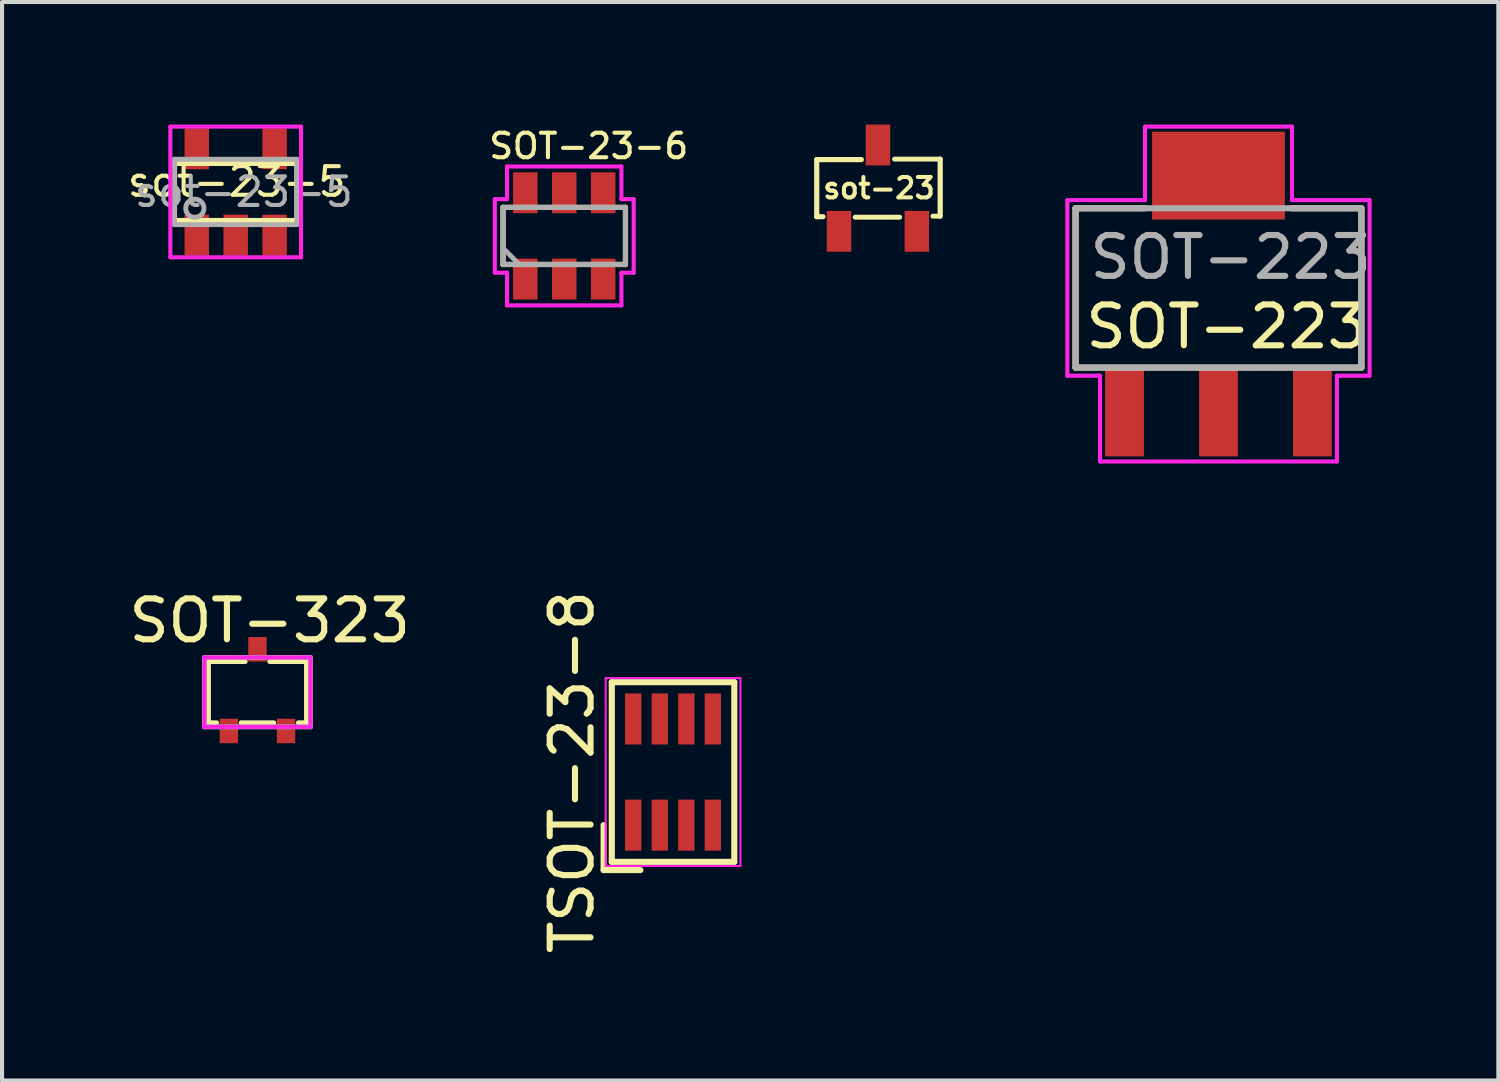
<source format=kicad_pcb>
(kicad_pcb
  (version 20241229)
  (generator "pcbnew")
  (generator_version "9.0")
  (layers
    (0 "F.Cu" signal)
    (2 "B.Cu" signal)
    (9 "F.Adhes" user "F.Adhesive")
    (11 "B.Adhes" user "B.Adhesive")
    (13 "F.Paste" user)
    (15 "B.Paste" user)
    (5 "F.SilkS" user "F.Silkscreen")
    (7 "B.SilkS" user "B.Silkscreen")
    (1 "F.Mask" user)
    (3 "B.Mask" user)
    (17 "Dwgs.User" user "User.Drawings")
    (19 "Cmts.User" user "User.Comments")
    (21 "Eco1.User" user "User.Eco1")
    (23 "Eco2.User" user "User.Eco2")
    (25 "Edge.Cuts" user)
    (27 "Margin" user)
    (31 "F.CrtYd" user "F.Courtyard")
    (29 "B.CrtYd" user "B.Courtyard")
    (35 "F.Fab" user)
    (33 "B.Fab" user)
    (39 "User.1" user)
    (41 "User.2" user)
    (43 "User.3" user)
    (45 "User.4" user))
  (footprint "TSOT-23-8"
    (layer "F.Cu")
    (at 13.43 15.854)
    (property "Reference" "TSOT-23-8" (at -2.475 0 90) (layer "F.SilkS") (effects (font (size 1 1) (thickness 0.15))))
    (attr smd)
    (fp_line (start -1.7 1.3) (end -1.7 2.4) (stroke (width 0.15) (type solid)) (layer "F.SilkS"))
    (fp_line (start -1.7 2.4) (end -0.8 2.4) (stroke (width 0.15) (type solid)) (layer "F.SilkS"))
    (fp_line (start -1.5 -2.2) (end 1.5 -2.2) (stroke (width 0.15) (type solid)) (layer "F.SilkS"))
    (fp_line (start -1.5 2.2) (end -1.5 -2.2) (stroke (width 0.15) (type solid)) (layer "F.SilkS"))
    (fp_line (start -0.7 2.2) (end -1.5 2.2) (stroke (width 0.15) (type solid)) (layer "F.SilkS"))
    (fp_line (start 1.5 -2.2) (end 1.5 2.2) (stroke (width 0.15) (type solid)) (layer "F.SilkS"))
    (fp_line (start 1.5 2.2) (end -0.7 2.2) (stroke (width 0.15) (type solid)) (layer "F.SilkS"))
    (fp_line (start -1.65 -2.3) (end 1.65 -2.3) (stroke (width 0.05) (type solid)) (layer "F.CrtYd"))
    (fp_line (start -1.65 2.3) (end -1.65 -2.3) (stroke (width 0.05) (type solid)) (layer "F.CrtYd"))
    (fp_line (start 1.65 -2.3) (end 1.65 2.3) (stroke (width 0.05) (type solid)) (layer "F.CrtYd"))
    (fp_line (start 1.65 2.3) (end -1.65 2.3) (stroke (width 0.05) (type solid)) (layer "F.CrtYd"))
    (pad "1" smd rect (at -0.975 1.3) (size 0.4 1.25) (layers "F.Cu" "F.Mask" "F.Paste"))
    (pad "2" smd rect (at -0.325 1.3) (size 0.4 1.25) (layers "F.Cu" "F.Mask" "F.Paste"))
    (pad "3" smd rect (at 0.325 1.3) (size 0.4 1.25) (layers "F.Cu" "F.Mask" "F.Paste"))
    (pad "4" smd rect (at 0.975 1.3) (size 0.4 1.25) (layers "F.Cu" "F.Mask" "F.Paste"))
    (pad "5" smd rect (at 0.975 -1.3) (size 0.4 1.25) (layers "F.Cu" "F.Mask" "F.Paste"))
    (pad "6" smd rect (at 0.325 -1.3) (size 0.4 1.25) (layers "F.Cu" "F.Mask" "F.Paste"))
    (pad "7" smd rect (at -0.325 -1.3) (size 0.4 1.25) (layers "F.Cu" "F.Mask" "F.Paste"))
    (pad "8" smd rect (at -0.975 -1.3) (size 0.4 1.25) (layers "F.Cu" "F.Mask" "F.Paste")))
  (footprint "SOT-23-6"
    (layer "F.Cu")
    (at 10.766 2.727)
    (property "Reference" "SOT-23-6" (at 0.025 -0.25 0) (layer "Eco1.User") (effects (font (size 0.5 0.5) (thickness 0.099))))
    (attr through_hole)
    (fp_line (start -1.499 -0.699) (end 1.499 -0.699) (stroke (width 0.127) (type solid)) (layer "F.SilkS"))
    (fp_line (start -1.499 0.699) (end -1.499 -0.699) (stroke (width 0.127) (type solid)) (layer "F.SilkS"))
    (fp_line (start 1.499 -0.699) (end 1.499 0.699) (stroke (width 0.127) (type solid)) (layer "F.SilkS"))
    (fp_line (start 1.499 0.699) (end -1.499 0.699) (stroke (width 0.127) (type solid)) (layer "F.SilkS"))
    (fp_line (start -1.7 -0.9) (end -1.7 0.9) (stroke (width 0.1) (type solid)) (layer "F.CrtYd"))
    (fp_line (start -1.7 0.9) (end -1.4 0.9) (stroke (width 0.1) (type solid)) (layer "F.CrtYd"))
    (fp_line (start -1.4 -1.7) (end -1.4 -0.9) (stroke (width 0.1) (type solid)) (layer "F.CrtYd"))
    (fp_line (start -1.4 -0.9) (end -1.7 -0.9) (stroke (width 0.1) (type solid)) (layer "F.CrtYd"))
    (fp_line (start -1.4 0.9) (end -1.4 1.7) (stroke (width 0.1) (type solid)) (layer "F.CrtYd"))
    (fp_line (start -1.4 1.7) (end 1.4 1.7) (stroke (width 0.1) (type solid)) (layer "F.CrtYd"))
    (fp_line (start 1.4 -1.7) (end -1.4 -1.7) (stroke (width 0.1) (type solid)) (layer "F.CrtYd"))
    (fp_line (start 1.4 -0.9) (end 1.4 -1.7) (stroke (width 0.1) (type solid)) (layer "F.CrtYd"))
    (fp_line (start 1.4 0.9) (end 1.7 0.9) (stroke (width 0.1) (type solid)) (layer "F.CrtYd"))
    (fp_line (start 1.4 1.7) (end 1.4 0.9) (stroke (width 0.1) (type solid)) (layer "F.CrtYd"))
    (fp_line (start 1.7 -0.9) (end 1.4 -0.9) (stroke (width 0.1) (type solid)) (layer "F.CrtYd"))
    (fp_line (start 1.7 0.9) (end 1.7 -0.9) (stroke (width 0.1) (type solid)) (layer "F.CrtYd"))
    (fp_line (start -1.5 0.3) (end -1.1 0.7) (stroke (width 0.12) (type solid)) (layer "F.Fab"))
    (fp_line (start -1.499 -0.699) (end 1.499 -0.699) (stroke (width 0.127) (type solid)) (layer "F.Fab"))
    (fp_line (start -1.499 0.699) (end -1.499 -0.699) (stroke (width 0.127) (type solid)) (layer "F.Fab"))
    (fp_line (start 1.499 -0.699) (end 1.499 0.699) (stroke (width 0.127) (type solid)) (layer "F.Fab"))
    (fp_line (start 1.499 0.699) (end -1.499 0.699) (stroke (width 0.127) (type solid)) (layer "F.Fab"))
    (fp_text user "${REFERENCE}" (at 0.6 -2.2 0) (layer "F.SilkS") (effects (font (size 0.6 0.6) (thickness 0.1))))
    (pad "1" smd rect (at -0.953 1.057) (size 0.599 1.001) (layers "F.Cu" "F.Mask" "F.Paste"))
    (pad "2" smd rect (at 0 1.057) (size 0.599 1.001) (layers "F.Cu" "F.Mask" "F.Paste"))
    (pad "3" smd rect (at 0.953 1.057) (size 0.599 1.001) (layers "F.Cu" "F.Mask" "F.Paste"))
    (pad "4" smd rect (at 0.953 -1.057) (size 0.599 1.001) (layers "F.Cu" "F.Mask" "F.Paste"))
    (pad "5" smd rect (at 0 -1.057) (size 0.599 1.001) (layers "F.Cu" "F.Mask" "F.Paste"))
    (pad "6" smd rect (at -0.953 -1.057) (size 0.599 1.001) (layers "F.Cu" "F.Mask" "F.Paste")))
  (footprint "sot-23-5"
    (layer "F.Cu")
    (at 2.721 1.65)
    (property "Reference" "sot-23-5" (at 0.025 -0.25 0) (layer "F.SilkS") (effects (font (size 0.7 0.7) (thickness 0.1))))
    (attr smd)
    (fp_line (start -1.499 -0.699) (end 1.499 -0.699) (stroke (width 0.127) (type solid)) (layer "F.SilkS"))
    (fp_line (start -1.499 0.699) (end -1.499 -0.699) (stroke (width 0.127) (type solid)) (layer "F.SilkS"))
    (fp_line (start 1.499 -0.699) (end 1.499 0.699) (stroke (width 0.127) (type solid)) (layer "F.SilkS"))
    (fp_line (start 1.499 0.699) (end -1.499 0.699) (stroke (width 0.127) (type solid)) (layer "F.SilkS"))
    (fp_line (start -1.6 -1.6) (end 1.6 -1.6) (stroke (width 0.1) (type solid)) (layer "F.CrtYd"))
    (fp_line (start -1.6 1.6) (end -1.6 -1.6) (stroke (width 0.1) (type solid)) (layer "F.CrtYd"))
    (fp_line (start 1.6 -1.6) (end 1.6 1.6) (stroke (width 0.1) (type solid)) (layer "F.CrtYd"))
    (fp_line (start 1.6 1.6) (end -1.6 1.6) (stroke (width 0.1) (type solid)) (layer "F.CrtYd"))
    (fp_line (start -1.5 -0.8) (end 1.5 -0.8) (stroke (width 0.12) (type solid)) (layer "F.Fab"))
    (fp_line (start -1.5 0.8) (end -1.5 -0.8) (stroke (width 0.12) (type solid)) (layer "F.Fab"))
    (fp_line (start 1.5 -0.8) (end 1.5 0.8) (stroke (width 0.12) (type solid)) (layer "F.Fab"))
    (fp_line (start 1.5 0.8) (end -1.5 0.8) (stroke (width 0.12) (type solid)) (layer "F.Fab"))
    (fp_circle (center -1 0.4) (end -0.9 0.2) (stroke (width 0.12) (type solid)) (fill no) (layer "F.Fab"))
    (fp_text user "${REFERENCE}" (at 0.2 0 0) (layer "F.Fab") (effects (font (size 0.7 0.7) (thickness 0.1))))
    (pad "1" smd rect (at -0.953 1.057) (size 0.599 1.001) (layers "F.Cu" "F.Mask" "F.Paste"))
    (pad "2" smd rect (at 0 1.057) (size 0.599 1.001) (layers "F.Cu" "F.Mask" "F.Paste"))
    (pad "3" smd rect (at 0.953 1.057) (size 0.599 1.001) (layers "F.Cu" "F.Mask" "F.Paste"))
    (pad "4" smd rect (at 0.953 -1.057) (size 0.599 1.001) (layers "F.Cu" "F.Mask" "F.Paste"))
    (pad "5" smd rect (at -0.953 -1.057) (size 0.599 1.001) (layers "F.Cu" "F.Mask" "F.Paste")))
  (footprint "SOT-223"
    (layer "F.Cu")
    (at 26.785 7.05)
    (property "Reference" "SOT-223" (at 0.2 -2.1 0) (layer "F.SilkS") (effects (font (size 1 1) (thickness 0.15))))
    (attr through_hole)
    (fp_line (start -3.5 -5) (end -3.5 -1.1) (stroke (width 0.15) (type solid)) (layer "F.SilkS"))
    (fp_line (start -3.5 -1.1) (end 3.5 -1.1) (stroke (width 0.15) (type solid)) (layer "F.SilkS"))
    (fp_line (start -1.8 -5) (end -3.5 -5) (stroke (width 0.15) (type solid)) (layer "F.SilkS"))
    (fp_line (start 3.5 -5) (end 1.8 -5) (stroke (width 0.15) (type solid)) (layer "F.SilkS"))
    (fp_line (start 3.5 -1.1) (end 3.5 -5) (stroke (width 0.15) (type solid)) (layer "F.SilkS"))
    (fp_line (start -3.7 -5.2) (end -3.7 -0.9) (stroke (width 0.1) (type solid)) (layer "F.CrtYd"))
    (fp_line (start -3.7 -0.9) (end -2.9 -0.9) (stroke (width 0.1) (type solid)) (layer "F.CrtYd"))
    (fp_line (start -2.9 -0.9) (end -2.9 1.2) (stroke (width 0.1) (type solid)) (layer "F.CrtYd"))
    (fp_line (start -2.9 1.2) (end 2.9 1.2) (stroke (width 0.1) (type solid)) (layer "F.CrtYd"))
    (fp_line (start -1.8 -7) (end -1.8 -5.2) (stroke (width 0.1) (type solid)) (layer "F.CrtYd"))
    (fp_line (start -1.8 -5.2) (end -3.7 -5.2) (stroke (width 0.1) (type solid)) (layer "F.CrtYd"))
    (fp_line (start 1.8 -7) (end -1.8 -7) (stroke (width 0.1) (type solid)) (layer "F.CrtYd"))
    (fp_line (start 1.8 -5.2) (end 1.8 -7) (stroke (width 0.1) (type solid)) (layer "F.CrtYd"))
    (fp_line (start 2.9 -0.9) (end 3.7 -0.9) (stroke (width 0.1) (type solid)) (layer "F.CrtYd"))
    (fp_line (start 2.9 1.2) (end 2.9 -0.9) (stroke (width 0.1) (type solid)) (layer "F.CrtYd"))
    (fp_line (start 3.7 -5.2) (end 1.8 -5.2) (stroke (width 0.1) (type solid)) (layer "F.CrtYd"))
    (fp_line (start 3.7 -0.9) (end 3.7 -5.2) (stroke (width 0.1) (type solid)) (layer "F.CrtYd"))
    (fp_line (start -3.5 -5) (end -3.5 -1.1) (stroke (width 0.15) (type solid)) (layer "F.Fab"))
    (fp_line (start -3.5 -1.1) (end 3.5 -1.1) (stroke (width 0.15) (type solid)) (layer "F.Fab"))
    (fp_line (start 3.5 -5) (end -3.5 -5) (stroke (width 0.15) (type solid)) (layer "F.Fab"))
    (fp_line (start 3.5 -1.1) (end 3.5 -5) (stroke (width 0.15) (type solid)) (layer "F.Fab"))
    (fp_text user "${REFERENCE}" (at 0.3 -3.8 0) (layer "F.Fab") (effects (font (size 1 1) (thickness 0.15))))
    (pad "1" smd rect (at -2.3 0) (size 0.95 2.15) (layers "F.Cu" "F.Mask" "F.Paste"))
    (pad "2" smd rect (at 0 0) (size 0.95 2.15) (layers "F.Cu" "F.Mask" "F.Paste"))
    (pad "3" smd rect (at 2.3 0) (size 0.95 2.15) (layers "F.Cu" "F.Mask" "F.Paste"))
    (pad "4" smd rect (at 0 -5.8 180) (size 3.25 2.15) (layers "F.Cu" "F.Mask" "F.Paste")))
  (footprint "SOT-323"
    (layer "F.Cu")
    (at 3.254 13.848)
    (property "Reference" "SOT-323" (at 0.3 -1.7 0) (layer "F.SilkS") (effects (font (size 1 1) (thickness 0.15))))
    (attr through_hole)
    (fp_line (start -1.2 -0.7) (end -0.3 -0.7) (stroke (width 0.12) (type solid)) (layer "F.SilkS"))
    (fp_line (start -1.2 0.8) (end -1.2 -0.7) (stroke (width 0.12) (type solid)) (layer "F.SilkS"))
    (fp_line (start -1 0.8) (end -1.2 0.8) (stroke (width 0.12) (type solid)) (layer "F.SilkS"))
    (fp_line (start 0.3 -0.7) (end 1.2 -0.7) (stroke (width 0.12) (type solid)) (layer "F.SilkS"))
    (fp_line (start 0.4 0.8) (end -0.4 0.8) (stroke (width 0.12) (type solid)) (layer "F.SilkS"))
    (fp_line (start 1.2 -0.7) (end 1.2 0.8) (stroke (width 0.12) (type solid)) (layer "F.SilkS"))
    (fp_line (start 1.2 0.8) (end 1 0.8) (stroke (width 0.12) (type solid)) (layer "F.SilkS"))
    (fp_line (start -1.3 -0.8) (end 1.3 -0.8) (stroke (width 0.1) (type solid)) (layer "F.CrtYd"))
    (fp_line (start -1.3 0.9) (end -1.3 -0.8) (stroke (width 0.1) (type solid)) (layer "F.CrtYd"))
    (fp_line (start 1.3 -0.8) (end 1.3 0.9) (stroke (width 0.1) (type solid)) (layer "F.CrtYd"))
    (fp_line (start 1.3 0.9) (end -1.3 0.9) (stroke (width 0.1) (type solid)) (layer "F.CrtYd"))
    (fp_line (start -1.3 -0.8) (end 1.3 -0.8) (stroke (width 0.12) (type solid)) (layer "F.Fab"))
    (fp_line (start -1.3 0.9) (end -1.3 -0.8) (stroke (width 0.12) (type solid)) (layer "F.Fab"))
    (fp_line (start 1.3 -0.8) (end 1.3 0.9) (stroke (width 0.12) (type solid)) (layer "F.Fab"))
    (fp_line (start 1.3 0.9) (end -1.3 0.9) (stroke (width 0.12) (type solid)) (layer "F.Fab"))
    (pad "1" smd rect (at -0.7 1) (size 0.45 0.6) (layers "F.Cu" "F.Mask" "F.Paste"))
    (pad "2" smd rect (at 0.7 1) (size 0.45 0.6) (layers "F.Cu" "F.Mask" "F.Paste"))
    (pad "3" smd rect (at 0 -1) (size 0.45 0.6) (layers "F.Cu" "F.Mask" "F.Paste")))
  (footprint "sot-23"
    (layer "F.Cu")
    (at 18.447 1.557)
    (property "Reference" "sot-23" (at 0.025 0 0) (layer "F.SilkS") (effects (font (size 0.5 0.5) (thickness 0.099))))
    (attr through_hole)
    (fp_line (start -1.499 -0.699) (end -0.406 -0.699) (stroke (width 0.127) (type solid)) (layer "F.SilkS"))
    (fp_line (start -1.499 0.699) (end -1.499 -0.699) (stroke (width 0.127) (type solid)) (layer "F.SilkS"))
    (fp_line (start -1.346 0.699) (end -1.499 0.699) (stroke (width 0.127) (type solid)) (layer "F.SilkS"))
    (fp_line (start -0.559 0.711) (end 0.533 0.711) (stroke (width 0.12) (type solid)) (layer "F.SilkS"))
    (fp_line (start 1.524 -0.711) (end 0.406 -0.711) (stroke (width 0.12) (type solid)) (layer "F.SilkS"))
    (fp_line (start 1.524 -0.711) (end 1.524 0.686) (stroke (width 0.127) (type solid)) (layer "F.SilkS"))
    (fp_line (start 1.524 0.686) (end 1.346 0.686) (stroke (width 0.12) (type solid)) (layer "F.SilkS"))
    (pad "1" smd rect (at -0.953 1.057) (size 0.599 1.001) (layers "F.Cu" "F.Mask" "F.Paste"))
    (pad "2" smd rect (at 0.953 1.057) (size 0.599 1.001) (layers "F.Cu" "F.Mask" "F.Paste"))
    (pad "3" smd rect (at 0 -1.057) (size 0.599 1.001) (layers "F.Cu" "F.Mask" "F.Paste")))
  (gr_rect
    (start -3 -3)
    (end 33.638 23.407)
    (stroke (width 0.1) (type default))
    (fill no)
    (layer "Edge.Cuts")))
</source>
